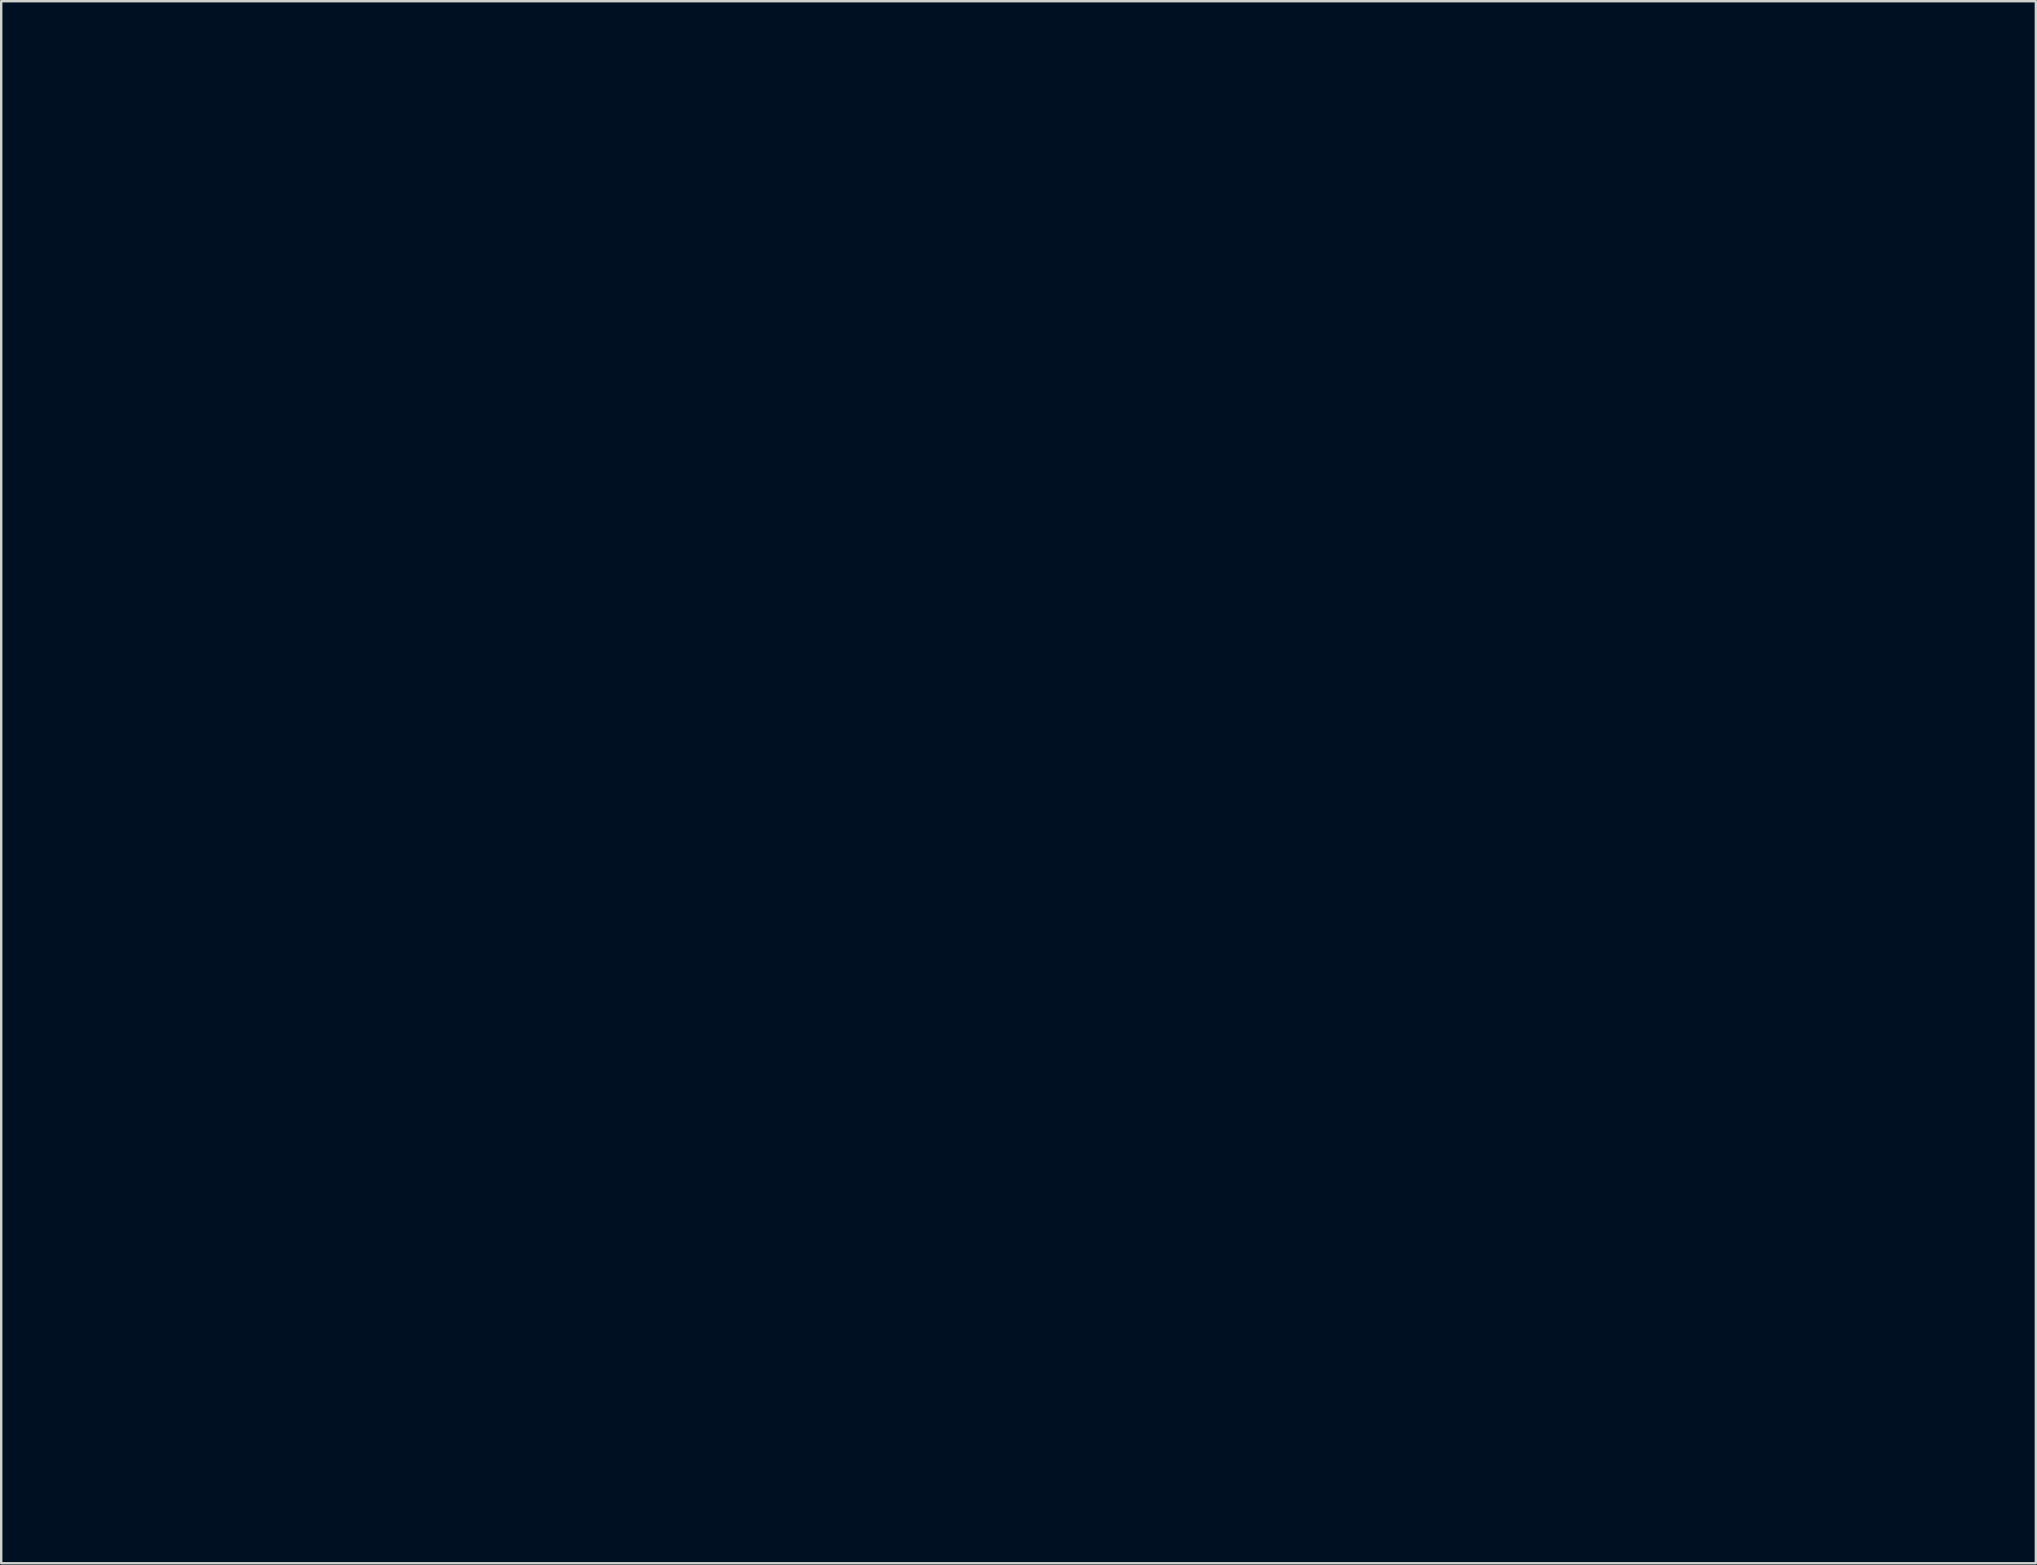
<source format=kicad_pcb>
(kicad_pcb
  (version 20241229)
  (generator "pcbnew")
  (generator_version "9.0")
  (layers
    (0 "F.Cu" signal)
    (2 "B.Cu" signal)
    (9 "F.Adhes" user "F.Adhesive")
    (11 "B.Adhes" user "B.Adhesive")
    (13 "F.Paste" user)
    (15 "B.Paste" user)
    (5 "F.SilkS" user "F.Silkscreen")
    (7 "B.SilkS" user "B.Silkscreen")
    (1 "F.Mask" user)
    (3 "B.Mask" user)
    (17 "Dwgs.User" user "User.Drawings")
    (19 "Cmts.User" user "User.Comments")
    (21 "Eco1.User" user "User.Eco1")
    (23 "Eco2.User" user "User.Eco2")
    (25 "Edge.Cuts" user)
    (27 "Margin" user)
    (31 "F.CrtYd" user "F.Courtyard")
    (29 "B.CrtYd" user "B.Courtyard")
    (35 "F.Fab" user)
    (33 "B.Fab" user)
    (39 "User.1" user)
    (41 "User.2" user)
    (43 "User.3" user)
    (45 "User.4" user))
  (footprint "red-mask"
    (layer "F.Cu")
    (at 39.395 29.547)
    (property "Reference" "red-mask" (at 0 0 0) (layer "F.Mask") (effects (font (size 1.524 1.524) (thickness 0.3))))
    (attr through_hole)
    (fp_poly (pts (xy 6.989 17.022) (xy 7.08 17.165) (xy 7.067 17.326) (xy 7.06 17.337) (xy 6.911 17.471) (xy 6.744 17.471) (xy 6.65 17.398) (xy 6.607 17.247) (xy 6.657 17.082) (xy 6.771 16.972) (xy 6.832 16.959) (xy 6.989 17.022)) (stroke (width 0.01) (type solid)) (fill yes) (layer "F.Mask"))
    (fp_poly (pts (xy 8.448 13.745) (xy 8.515 13.872) (xy 8.494 14.032) (xy 8.425 14.13) (xy 8.323 14.208) (xy 8.208 14.195) (xy 8.148 14.172) (xy 8.062 14.068) (xy 8.068 13.908) (xy 8.162 13.76) (xy 8.166 13.756) (xy 8.322 13.693) (xy 8.448 13.745)) (stroke (width 0.01) (type solid)) (fill yes) (layer "F.Mask"))
    (fp_poly (pts (xy 9.156 6.804) (xy 9.377 6.92) (xy 9.69 7.116) (xy 9.843 7.217) (xy 10.166 7.427) (xy 10.489 7.633) (xy 10.756 7.798) (xy 10.82 7.836) (xy 11.042 7.984) (xy 11.147 8.105) (xy 11.162 8.227) (xy 11.107 8.36) (xy 10.985 8.405) (xy 10.78 8.36) (xy 10.478 8.222) (xy 10.16 8.046) (xy 9.865 7.866) (xy 9.617 7.703) (xy 9.45 7.58) (xy 9.405 7.536) (xy 9.33 7.461) (xy 9.28 7.524) (xy 9.263 7.576) (xy 9.158 7.706) (xy 9.003 7.727) (xy 8.864 7.634) (xy 8.843 7.6) (xy 8.732 7.302) (xy 8.714 7.038) (xy 8.792 6.85) (xy 8.796 6.845) (xy 8.891 6.775) (xy 9.002 6.759) (xy 9.156 6.804)) (stroke (width 0.01) (type solid)) (fill yes) (layer "F.Mask"))
    (fp_poly (pts (xy 9.723 8.461) (xy 9.908 8.543) (xy 10.073 8.691) (xy 10.317 9.03) (xy 10.416 9.406) (xy 10.37 9.83) (xy 10.276 10.107) (xy 10.125 10.279) (xy 9.867 10.367) (xy 9.528 10.367) (xy 9.243 10.307) (xy 8.984 10.16) (xy 8.769 9.905) (xy 8.63 9.592) (xy 8.597 9.355) (xy 8.615 9.236) (xy 9.08 9.236) (xy 9.087 9.466) (xy 9.191 9.676) (xy 9.371 9.816) (xy 9.524 9.847) (xy 9.718 9.815) (xy 9.832 9.754) (xy 9.919 9.566) (xy 9.887 9.336) (xy 9.744 9.112) (xy 9.734 9.101) (xy 9.524 8.943) (xy 9.343 8.928) (xy 9.189 9.032) (xy 9.08 9.236) (xy 8.615 9.236) (xy 8.656 8.963) (xy 8.827 8.676) (xy 9.106 8.5) (xy 9.467 8.442) (xy 9.723 8.461)) (stroke (width 0.01) (type solid)) (fill yes) (layer "F.Mask"))
    (fp_poly (pts (xy 11.076 5.507) (xy 11.421 5.72) (xy 11.673 5.931) (xy 11.901 6.124) (xy 12.122 6.294) (xy 12.216 6.359) (xy 12.383 6.515) (xy 12.412 6.668) (xy 12.334 6.819) (xy 12.17 6.852) (xy 11.937 6.767) (xy 11.763 6.653) (xy 11.454 6.423) (xy 11.28 6.611) (xy 11.051 6.755) (xy 10.758 6.802) (xy 10.466 6.748) (xy 10.334 6.678) (xy 10.205 6.501) (xy 10.154 6.245) (xy 10.167 6.125) (xy 10.647 6.125) (xy 10.681 6.262) (xy 10.779 6.33) (xy 10.785 6.33) (xy 10.882 6.268) (xy 10.915 6.208) (xy 10.919 6.064) (xy 10.841 5.97) (xy 10.729 5.972) (xy 10.697 5.997) (xy 10.647 6.125) (xy 10.167 6.125) (xy 10.184 5.963) (xy 10.295 5.712) (xy 10.315 5.685) (xy 10.533 5.491) (xy 10.784 5.431) (xy 11.076 5.507)) (stroke (width 0.01) (type solid)) (fill yes) (layer "F.Mask"))
    (fp_poly (pts (xy 7.945 10.547) (xy 8.205 10.758) (xy 8.406 11.092) (xy 8.518 11.45) (xy 8.569 11.684) (xy 8.75 11.332) (xy 8.871 11.117) (xy 8.978 10.963) (xy 9.018 10.923) (xy 9.194 10.867) (xy 9.325 10.933) (xy 9.349 10.977) (xy 9.339 11.1) (xy 9.273 11.328) (xy 9.167 11.627) (xy 9.034 11.961) (xy 8.89 12.297) (xy 8.747 12.599) (xy 8.622 12.833) (xy 8.529 12.964) (xy 8.512 12.977) (xy 8.32 13.046) (xy 8.196 12.987) (xy 8.129 12.858) (xy 8.087 12.666) (xy 8.066 12.398) (xy 8.065 12.252) (xy 8.044 11.921) (xy 7.979 11.566) (xy 7.941 11.434) (xy 7.803 11.128) (xy 7.644 10.978) (xy 7.465 10.982) (xy 7.334 11.07) (xy 7.247 11.17) (xy 7.208 11.295) (xy 7.209 11.495) (xy 7.228 11.697) (xy 7.251 11.968) (xy 7.243 12.127) (xy 7.195 12.215) (xy 7.126 12.263) (xy 6.988 12.3) (xy 6.881 12.229) (xy 6.788 12.031) (xy 6.731 11.843) (xy 6.675 11.413) (xy 6.745 11.042) (xy 6.93 10.749) (xy 7.217 10.553) (xy 7.592 10.474) (xy 7.64 10.473) (xy 7.945 10.547)) (stroke (width 0.01) (type solid)) (fill yes) (layer "F.Mask"))
    (fp_poly (pts (xy 5.7 13.615) (xy 5.88 13.679) (xy 6.083 13.817) (xy 6.234 13.942) (xy 6.496 14.137) (xy 6.84 14.354) (xy 7.204 14.555) (xy 7.31 14.607) (xy 7.663 14.789) (xy 7.876 14.935) (xy 7.96 15.058) (xy 7.922 15.17) (xy 7.803 15.266) (xy 7.713 15.286) (xy 7.566 15.255) (xy 7.339 15.163) (xy 7.008 15.002) (xy 6.869 14.931) (xy 6.479 14.737) (xy 6.214 14.625) (xy 6.067 14.593) (xy 6.031 14.613) (xy 5.896 14.839) (xy 5.673 15.043) (xy 5.409 15.196) (xy 5.151 15.269) (xy 5.002 15.257) (xy 4.826 15.159) (xy 4.658 15.004) (xy 4.549 14.843) (xy 4.533 14.777) (xy 4.565 14.584) (xy 5.08 14.584) (xy 5.114 14.738) (xy 5.215 14.752) (xy 5.383 14.624) (xy 5.393 14.615) (xy 5.517 14.426) (xy 5.543 14.238) (xy 5.465 14.103) (xy 5.458 14.099) (xy 5.348 14.109) (xy 5.225 14.223) (xy 5.124 14.394) (xy 5.08 14.578) (xy 5.08 14.584) (xy 4.565 14.584) (xy 4.586 14.456) (xy 4.72 14.118) (xy 4.902 13.844) (xy 4.925 13.82) (xy 5.121 13.666) (xy 5.343 13.605) (xy 5.489 13.599) (xy 5.7 13.615)) (stroke (width 0.01) (type solid)) (fill yes) (layer "F.Mask"))
    (fp_poly (pts (xy 4.497 16.455) (xy 4.668 16.621) (xy 4.762 16.729) (xy 5.014 17.043) (xy 5.162 16.855) (xy 5.354 16.68) (xy 5.547 16.62) (xy 5.703 16.685) (xy 5.715 16.697) (xy 5.758 16.8) (xy 5.722 16.946) (xy 5.628 17.131) (xy 5.522 17.332) (xy 5.49 17.464) (xy 5.527 17.593) (xy 5.586 17.709) (xy 5.704 17.889) (xy 5.813 17.998) (xy 5.828 18.006) (xy 5.949 18.113) (xy 6.06 18.3) (xy 6.129 18.5) (xy 6.128 18.629) (xy 6.03 18.77) (xy 5.887 18.781) (xy 5.688 18.659) (xy 5.461 18.442) (xy 5.087 18.043) (xy 4.968 18.327) (xy 4.867 18.517) (xy 4.756 18.588) (xy 4.671 18.587) (xy 4.525 18.498) (xy 4.465 18.302) (xy 4.497 18.023) (xy 4.565 17.815) (xy 4.636 17.615) (xy 4.636 17.488) (xy 4.558 17.363) (xy 4.506 17.302) (xy 4.326 17.093) (xy 4.087 17.517) (xy 3.886 17.845) (xy 3.723 18.039) (xy 3.584 18.113) (xy 3.453 18.081) (xy 3.452 18.08) (xy 3.338 17.973) (xy 3.315 17.834) (xy 3.388 17.633) (xy 3.55 17.359) (xy 3.703 17.098) (xy 3.822 16.855) (xy 3.871 16.713) (xy 3.98 16.494) (xy 4.164 16.371) (xy 4.368 16.37) (xy 4.497 16.455)) (stroke (width 0.01) (type solid)) (fill yes) (layer "F.Mask"))
    (fp_poly (pts (xy -0.929 -10.302) (xy -0.751 -10.162) (xy -0.667 -9.909) (xy -0.671 -9.534) (xy -0.674 -9.504) (xy -0.729 -9.183) (xy -0.812 -8.871) (xy -0.87 -8.715) (xy -0.96 -8.484) (xy -1.01 -8.288) (xy -1.014 -8.245) (xy -0.966 -8.041) (xy -0.837 -7.791) (xy -0.659 -7.534) (xy -0.46 -7.31) (xy -0.272 -7.157) (xy -0.144 -7.112) (xy -0.014 -7.156) (xy 0.082 -7.301) (xy 0.152 -7.563) (xy 0.201 -7.961) (xy 0.207 -8.026) (xy 0.26 -8.465) (xy 0.334 -8.759) (xy 0.429 -8.904) (xy 0.542 -8.899) (xy 0.671 -8.742) (xy 0.728 -8.633) (xy 0.842 -8.252) (xy 0.839 -7.866) (xy 0.753 -7.597) (xy 0.654 -7.36) (xy 0.596 -7.171) (xy 0.544 -6.956) (xy 1.332 -6.956) (xy 1.785 -6.945) (xy 2.102 -6.911) (xy 2.3 -6.847) (xy 2.401 -6.749) (xy 2.423 -6.642) (xy 2.394 -6.541) (xy 2.296 -6.471) (xy 2.109 -6.429) (xy 1.816 -6.412) (xy 1.397 -6.417) (xy 1.067 -6.43) (xy 0.659 -6.446) (xy 0.375 -6.449) (xy 0.182 -6.435) (xy 0.049 -6.401) (xy -0.057 -6.345) (xy -0.085 -6.326) (xy -0.325 -6.219) (xy -0.657 -6.151) (xy -1.021 -6.129) (xy -1.354 -6.16) (xy -1.405 -6.172) (xy -1.67 -6.275) (xy -1.843 -6.44) (xy -1.928 -6.684) (xy -1.929 -7.024) (xy -1.399 -7.024) (xy -1.378 -6.82) (xy -1.321 -6.702) (xy -1.309 -6.695) (xy -1.167 -6.665) (xy -0.97 -6.651) (xy -0.778 -6.654) (xy -0.648 -6.674) (xy -0.625 -6.693) (xy -0.674 -6.773) (xy -0.801 -6.928) (xy -0.938 -7.082) (xy -1.108 -7.281) (xy -1.223 -7.445) (xy -1.256 -7.521) (xy -1.284 -7.541) (xy -1.329 -7.464) (xy -1.383 -7.258) (xy -1.399 -7.024) (xy -1.929 -7.024) (xy -1.929 -7.024) (xy -1.851 -7.479) (xy -1.798 -7.697) (xy -1.721 -8.014) (xy -1.686 -8.235) (xy -1.69 -8.414) (xy -1.731 -8.605) (xy -1.759 -8.701) (xy -1.828 -9.022) (xy -1.87 -9.383) (xy -1.873 -9.457) (xy -1.329 -9.457) (xy -1.311 -9.201) (xy -1.268 -9.083) (xy -1.21 -9.109) (xy -1.151 -9.284) (xy -1.134 -9.376) (xy -1.114 -9.664) (xy -1.173 -9.819) (xy -1.255 -9.847) (xy -1.297 -9.777) (xy -1.324 -9.597) (xy -1.329 -9.457) (xy -1.873 -9.457) (xy -1.876 -9.535) (xy -1.829 -9.911) (xy -1.687 -10.166) (xy -1.444 -10.306) (xy -1.208 -10.34) (xy -0.929 -10.302)) (stroke (width 0.01) (type solid)) (fill yes) (layer "F.Mask"))
    (fp_poly (pts (xy 6.433 -16.791) (xy 6.557 -16.552) (xy 6.706 -16.229) (xy 6.85 -15.885) (xy 6.873 -15.826) (xy 7.051 -15.403) (xy 7.211 -15.11) (xy 7.368 -14.925) (xy 7.536 -14.825) (xy 7.556 -14.818) (xy 7.652 -14.812) (xy 7.751 -14.875) (xy 7.876 -15.031) (xy 8.039 -15.28) (xy 8.206 -15.538) (xy 8.321 -15.683) (xy 8.407 -15.737) (xy 8.492 -15.722) (xy 8.518 -15.709) (xy 8.643 -15.589) (xy 8.674 -15.491) (xy 8.629 -15.324) (xy 8.514 -15.085) (xy 8.36 -14.824) (xy 8.195 -14.592) (xy 8.05 -14.437) (xy 8.034 -14.425) (xy 7.767 -14.321) (xy 7.453 -14.316) (xy 7.167 -14.407) (xy 7.095 -14.455) (xy 6.943 -14.624) (xy 6.762 -14.902) (xy 6.57 -15.251) (xy 6.39 -15.631) (xy 6.242 -16.004) (xy 6.215 -16.086) (xy 6.12 -16.324) (xy 6.018 -16.495) (xy 5.959 -16.548) (xy 5.822 -16.541) (xy 5.614 -16.47) (xy 5.501 -16.416) (xy 5.341 -16.318) (xy 5.226 -16.202) (xy 5.148 -16.043) (xy 5.103 -15.818) (xy 5.084 -15.5) (xy 5.086 -15.067) (xy 5.094 -14.732) (xy 5.103 -14.356) (xy 5.102 -14.108) (xy 5.087 -13.961) (xy 5.052 -13.886) (xy 4.994 -13.856) (xy 4.957 -13.849) (xy 4.833 -13.872) (xy 4.724 -13.999) (xy 4.649 -14.149) (xy 4.503 -14.472) (xy 4.33 -14.133) (xy 4.166 -13.868) (xy 3.97 -13.621) (xy 3.912 -13.562) (xy 3.757 -13.434) (xy 3.596 -13.358) (xy 3.373 -13.318) (xy 3.127 -13.299) (xy 2.607 -13.31) (xy 2.237 -13.388) (xy 1.94 -13.456) (xy 1.647 -13.474) (xy 1.588 -13.469) (xy 1.316 -13.463) (xy 1.011 -13.496) (xy 0.938 -13.51) (xy 0.697 -13.548) (xy 0.54 -13.535) (xy 0.516 -13.521) (xy 0.486 -13.39) (xy 0.525 -13.148) (xy 0.622 -12.821) (xy 0.768 -12.431) (xy 0.953 -12.005) (xy 1.168 -11.566) (xy 1.401 -11.14) (xy 1.595 -10.826) (xy 1.778 -10.529) (xy 1.92 -10.271) (xy 2.002 -10.085) (xy 2.016 -10.015) (xy 1.936 -9.887) (xy 1.787 -9.879) (xy 1.593 -9.988) (xy 1.477 -10.096) (xy 1.294 -10.327) (xy 1.142 -10.575) (xy 1.117 -10.629) (xy 1.019 -10.814) (xy 0.861 -11.066) (xy 0.669 -11.349) (xy 0.469 -11.626) (xy 0.287 -11.862) (xy 0.148 -12.019) (xy 0.104 -12.057) (xy -0.035 -12.164) (xy -0.098 -12.223) (xy -0.238 -12.33) (xy -0.438 -12.449) (xy -0.458 -12.46) (xy -0.639 -12.586) (xy -0.692 -12.724) (xy -0.689 -12.763) (xy -0.635 -12.888) (xy -0.492 -12.928) (xy -0.43 -12.928) (xy -0.215 -12.904) (xy -0.067 -12.864) (xy 0.000179 -12.85) (xy 0.033 -12.905) (xy 0.037 -13.058) (xy 0.02 -13.319) (xy 0.003 -13.656) (xy 0.034 -13.876) (xy 0.136 -14.002) (xy 0.334 -14.053) (xy 0.651 -14.051) (xy 0.847 -14.038) (xy 1.165 -14.016) (xy 1.354 -14.012) (xy 1.443 -14.032) (xy 1.458 -14.078) (xy 1.441 -14.125) (xy 1.375 -14.375) (xy 1.341 -14.723) (xy 1.341 -14.774) (xy 1.877 -14.774) (xy 1.914 -14.531) (xy 1.925 -14.5) (xy 1.989 -14.457) (xy 2.083 -14.531) (xy 2.19 -14.693) (xy 2.291 -14.911) (xy 2.368 -15.155) (xy 2.398 -15.32) (xy 2.42 -15.55) (xy 2.405 -15.666) (xy 2.342 -15.705) (xy 2.282 -15.709) (xy 2.117 -15.649) (xy 1.997 -15.535) (xy 1.924 -15.344) (xy 1.882 -15.068) (xy 1.877 -14.774) (xy 1.341 -14.774) (xy 1.343 -15.112) (xy 1.364 -15.352) (xy 1.431 -15.667) (xy 1.56 -15.902) (xy 1.658 -16.015) (xy 1.817 -16.16) (xy 1.964 -16.23) (xy 2.163 -16.246) (xy 2.324 -16.24) (xy 2.583 -16.215) (xy 2.738 -16.16) (xy 2.843 -16.054) (xy 2.874 -16.005) (xy 2.953 -15.744) (xy 2.945 -15.399) (xy 2.86 -15.013) (xy 2.705 -14.626) (xy 2.545 -14.356) (xy 2.396 -14.124) (xy 2.346 -13.97) (xy 2.407 -13.882) (xy 2.593 -13.845) (xy 2.918 -13.845) (xy 3.025 -13.849) (xy 3.31 -13.867) (xy 3.486 -13.901) (xy 3.601 -13.972) (xy 3.703 -14.099) (xy 3.728 -14.137) (xy 3.86 -14.363) (xy 3.954 -14.606) (xy 4.015 -14.899) (xy 4.049 -15.274) (xy 4.063 -15.762) (xy 4.064 -15.96) (xy 4.066 -16.374) (xy 4.074 -16.659) (xy 4.093 -16.841) (xy 4.126 -16.95) (xy 4.178 -17.011) (xy 4.216 -17.035) (xy 4.348 -17.069) (xy 4.459 -16.983) (xy 4.489 -16.942) (xy 4.584 -16.739) (xy 4.611 -16.583) (xy 4.611 -16.398) (xy 4.855 -16.604) (xy 5.213 -16.861) (xy 5.573 -17.013) (xy 5.874 -17.077) (xy 6.237 -17.131) (xy 6.433 -16.791)) (stroke (width 0.01) (type solid)) (fill yes) (layer "F.Mask"))
    (fp_poly (pts (xy 39.39 29.542) (xy -39.39 29.542) (xy -39.39 5.236) (xy -21.745 5.236) (xy -21.629 5.392) (xy -21.383 5.597) (xy -20.999 5.855) (xy -20.663 6.061) (xy -20.318 6.274) (xy -19.981 6.496) (xy -19.702 6.693) (xy -19.593 6.778) (xy -19.322 6.985) (xy -18.999 7.207) (xy -18.782 7.344) (xy -18.504 7.527) (xy -18.174 7.771) (xy -17.852 8.031) (xy -17.78 8.092) (xy -17.468 8.348) (xy -17.129 8.598) (xy -16.826 8.797) (xy -16.764 8.833) (xy -16.456 9.012) (xy -16.095 9.23) (xy -15.757 9.442) (xy -15.748 9.448) (xy -15.382 9.677) (xy -15.028 9.887) (xy -14.71 10.064) (xy -14.454 10.195) (xy -14.285 10.266) (xy -14.231 10.271) (xy -14.248 10.192) (xy -14.338 10.045) (xy -14.355 10.022) (xy -14.554 9.847) (xy -14.839 9.764) (xy -15.235 9.642) (xy -15.532 9.401) (xy -15.709 9.085) (xy -15.866 8.754) (xy -16.059 8.549) (xy -16.323 8.438) (xy -16.468 8.411) (xy -16.814 8.32) (xy -17.033 8.162) (xy -17.115 7.946) (xy -17.116 7.929) (xy -17.19 7.684) (xy -17.397 7.474) (xy -17.702 7.329) (xy -17.872 7.264) (xy -17.984 7.179) (xy -18.068 7.031) (xy -18.157 6.781) (xy -18.176 6.721) (xy -18.265 6.453) (xy -18.337 6.3) (xy -18.422 6.229) (xy -18.552 6.205) (xy -18.645 6.2) (xy -18.875 6.19) (xy -19.049 6.182) (xy -19.071 6.18) (xy -19.19 6.111) (xy -19.266 5.999) (xy -19.393 5.836) (xy -19.558 5.721) (xy -19.684 5.656) (xy -19.749 5.586) (xy -19.76 5.47) (xy -19.727 5.267) (xy -19.686 5.075) (xy -19.641 4.784) (xy -19.67 4.602) (xy -19.793 4.514) (xy -20.031 4.5) (xy -20.31 4.531) (xy -20.633 4.602) (xy -20.985 4.718) (xy -21.318 4.859) (xy -21.587 5.006) (xy -21.732 5.126) (xy -21.745 5.236) (xy -39.39 5.236) (xy -39.39 1.924) (xy -10.863 1.924) (xy -10.833 2.194) (xy -10.758 2.427) (xy -10.733 2.471) (xy -10.621 2.603) (xy -10.485 2.638) (xy -10.326 2.618) (xy -10.088 2.535) (xy -9.832 2.39) (xy -9.761 2.338) (xy -9.58 2.203) (xy -9.45 2.121) (xy -9.42 2.11) (xy -9.335 2.074) (xy -9.143 1.975) (xy -8.875 1.829) (xy -8.591 1.669) (xy -8.249 1.47) (xy -8.03 1.327) (xy -7.915 1.227) (xy -7.887 1.155) (xy -7.903 1.122) (xy -8.042 1.029) (xy -8.109 1.016) (xy -8.249 0.977) (xy -8.445 0.881) (xy -8.485 0.857) (xy -8.724 0.749) (xy -9.021 0.669) (xy -9.129 0.652) (xy -9.361 0.636) (xy -9.558 0.665) (xy -9.781 0.752) (xy -9.998 0.863) (xy -10.399 1.106) (xy -10.665 1.345) (xy -10.814 1.602) (xy -10.863 1.899) (xy -10.863 1.924) (xy -39.39 1.924) (xy -39.39 -5.361) (xy -27.658 -5.361) (xy -27.657 -4.936) (xy -27.647 -4.591) (xy -27.603 -3.843) (xy -27.514 -3.163) (xy -27.369 -2.492) (xy -27.158 -1.769) (xy -27.058 -1.467) (xy -26.851 -0.862) (xy -26.418 -0.907) (xy -26.146 -0.937) (xy -25.779 -0.983) (xy -25.381 -1.036) (xy -25.201 -1.061) (xy -24.862 -1.12) (xy -24.459 -1.208) (xy -24.024 -1.316) (xy -23.59 -1.435) (xy -23.189 -1.555) (xy -22.854 -1.668) (xy -22.616 -1.764) (xy -22.526 -1.817) (xy -22.469 -1.906) (xy -22.518 -2.035) (xy -22.541 -2.072) (xy -22.613 -2.266) (xy -22.612 -2.413) (xy -22.613 -2.551) (xy -22.672 -2.579) (xy -22.807 -2.638) (xy -22.991 -2.788) (xy -23.191 -2.99) (xy -23.37 -3.207) (xy -23.492 -3.398) (xy -23.524 -3.504) (xy -23.569 -3.67) (xy -23.684 -3.896) (xy -23.788 -4.054) (xy -23.974 -4.328) (xy -24.088 -4.567) (xy -24.152 -4.829) (xy -24.184 -5.174) (xy -24.189 -5.265) (xy -24.219 -5.706) (xy -24.268 -6.03) (xy -24.35 -6.273) (xy -24.476 -6.474) (xy -24.659 -6.672) (xy -24.663 -6.675) (xy -24.854 -6.843) (xy -25.007 -6.95) (xy -25.076 -6.973) (xy -25.139 -6.989) (xy -25.195 -7.102) (xy -25.252 -7.335) (xy -25.288 -7.524) (xy -25.345 -7.708) (xy -25.465 -7.895) (xy -25.674 -8.12) (xy -25.837 -8.273) (xy -26.074 -8.505) (xy -26.269 -8.72) (xy -26.388 -8.883) (xy -26.404 -8.917) (xy -26.452 -9.026) (xy -26.494 -9.028) (xy -26.557 -8.907) (xy -26.601 -8.802) (xy -26.681 -8.594) (xy -26.725 -8.443) (xy -26.729 -8.418) (xy -26.776 -8.298) (xy -26.84 -8.212) (xy -26.93 -8.062) (xy -27.049 -7.796) (xy -27.182 -7.448) (xy -27.318 -7.053) (xy -27.444 -6.645) (xy -27.545 -6.271) (xy -27.605 -5.988) (xy -27.641 -5.698) (xy -27.658 -5.361) (xy -39.39 -5.361) (xy -39.39 -13.725) (xy -21.519 -13.725) (xy -21.464 -13.626) (xy -21.306 -13.452) (xy -21.069 -13.248) (xy -20.895 -13.182) (xy -20.866 -13.186) (xy -20.764 -13.162) (xy -20.59 -13.05) (xy -20.335 -12.841) (xy -19.989 -12.528) (xy -19.838 -12.385) (xy -19.497 -12.07) (xy -19.161 -11.773) (xy -18.86 -11.521) (xy -18.628 -11.341) (xy -18.562 -11.296) (xy -18.374 -11.157) (xy -18.102 -10.934) (xy -17.774 -10.65) (xy -17.417 -10.329) (xy -17.155 -10.085) (xy -16.76 -9.714) (xy -16.342 -9.323) (xy -15.938 -8.949) (xy -15.589 -8.627) (xy -15.44 -8.49) (xy -15.092 -8.168) (xy -14.718 -7.812) (xy -14.338 -7.443) (xy -13.969 -7.077) (xy -13.631 -6.735) (xy -13.343 -6.436) (xy -13.123 -6.198) (xy -12.99 -6.04) (xy -12.965 -6.001) (xy -12.854 -5.734) (xy -12.737 -5.339) (xy -12.621 -4.847) (xy -12.542 -4.448) (xy -12.467 -4.069) (xy -12.379 -3.68) (xy -12.297 -3.358) (xy -12.289 -3.329) (xy -12.181 -3.031) (xy -12.041 -2.825) (xy -11.837 -2.689) (xy -11.54 -2.606) (xy -11.12 -2.555) (xy -11.076 -2.551) (xy -10.748 -2.511) (xy -10.323 -2.437) (xy -9.856 -2.34) (xy -9.4 -2.231) (xy -9.384 -2.227) (xy -9.003 -2.128) (xy -8.682 -2.046) (xy -8.447 -1.986) (xy -8.327 -1.956) (xy -8.318 -1.954) (xy -8.339 -2.016) (xy -8.412 -2.17) (xy -8.449 -2.244) (xy -8.537 -2.519) (xy -8.588 -2.889) (xy -8.599 -3.294) (xy -8.596 -3.334) (xy -8.116 -3.334) (xy -8.111 -3.072) (xy -8.067 -2.705) (xy -7.972 -2.466) (xy -7.799 -2.331) (xy -7.525 -2.274) (xy -7.307 -2.266) (xy -6.976 -2.284) (xy -6.736 -2.347) (xy -6.557 -2.445) (xy -6.382 -2.581) (xy -6.253 -2.734) (xy -6.161 -2.933) (xy -6.1 -3.202) (xy -6.062 -3.568) (xy -6.037 -4.058) (xy -6.032 -4.201) (xy -5.998 -5.314) (xy -6.194 -5.314) (xy -6.514 -5.256) (xy -6.86 -5.076) (xy -7.246 -4.765) (xy -7.417 -4.6) (xy -7.741 -4.25) (xy -7.954 -3.949) (xy -8.073 -3.656) (xy -8.116 -3.334) (xy -8.596 -3.334) (xy -8.57 -3.676) (xy -8.499 -3.977) (xy -8.487 -4.008) (xy -8.333 -4.274) (xy -8.092 -4.594) (xy -7.799 -4.926) (xy -7.49 -5.227) (xy -7.346 -5.349) (xy -7.058 -5.538) (xy -6.725 -5.7) (xy -6.575 -5.754) (xy -6.155 -5.878) (xy -6.204 -6.235) (xy -6.241 -6.455) (xy -6.277 -6.602) (xy -6.291 -6.629) (xy -6.361 -6.599) (xy -6.512 -6.484) (xy -6.71 -6.309) (xy -6.718 -6.302) (xy -7.05 -6.019) (xy -7.318 -5.862) (xy -7.543 -5.831) (xy -7.747 -5.921) (xy -7.953 -6.13) (xy -7.966 -6.145) (xy -8.049 -6.278) (xy -8.099 -6.444) (xy -8.122 -6.684) (xy -8.128 -7.005) (xy -8.137 -7.324) (xy -8.161 -7.55) (xy -8.197 -7.655) (xy -8.206 -7.659) (xy -8.307 -7.616) (xy -8.489 -7.506) (xy -8.669 -7.383) (xy -9.088 -7.149) (xy -9.494 -7.052) (xy -9.869 -7.095) (xy -10.072 -7.19) (xy -10.336 -7.356) (xy -10.263 -8.5) (xy -10.583 -8.355) (xy -10.999 -8.225) (xy -11.367 -8.231) (xy -11.671 -8.371) (xy -11.699 -8.394) (xy -11.802 -8.493) (xy -11.869 -8.6) (xy -11.91 -8.753) (xy -11.937 -8.989) (xy -11.958 -9.333) (xy -11.997 -10.084) (xy -12.271 -9.712) (xy -12.457 -9.485) (xy -12.616 -9.364) (xy -12.794 -9.316) (xy -12.812 -9.314) (xy -13.148 -9.347) (xy -13.403 -9.506) (xy -13.558 -9.774) (xy -13.599 -10.056) (xy -13.604 -10.165) (xy -13.638 -10.189) (xy -13.728 -10.12) (xy -13.898 -9.948) (xy -13.9 -9.947) (xy -14.229 -9.699) (xy -14.591 -9.58) (xy -14.953 -9.586) (xy -15.284 -9.716) (xy -15.555 -9.966) (xy -15.64 -10.1) (xy -15.683 -10.286) (xy -15.691 -10.601) (xy -15.664 -11.023) (xy -15.607 -11.527) (xy -15.519 -12.093) (xy -15.443 -12.505) (xy -15.365 -12.888) (xy -15.305 -13.144) (xy -15.253 -13.297) (xy -15.197 -13.374) (xy -15.128 -13.401) (xy -15.077 -13.403) (xy -14.961 -13.388) (xy -14.906 -13.314) (xy -14.892 -13.14) (xy -14.892 -13.052) (xy -14.912 -12.798) (xy -14.959 -12.462) (xy -15.025 -12.116) (xy -15.029 -12.098) (xy -15.095 -11.724) (xy -15.138 -11.324) (xy -15.158 -10.934) (xy -15.155 -10.59) (xy -15.126 -10.326) (xy -15.072 -10.179) (xy -15.068 -10.176) (xy -14.877 -10.085) (xy -14.633 -10.098) (xy -14.389 -10.206) (xy -14.283 -10.297) (xy -14.114 -10.519) (xy -13.944 -10.815) (xy -13.798 -11.131) (xy -13.702 -11.414) (xy -13.678 -11.571) (xy -13.633 -11.79) (xy -13.564 -11.923) (xy -13.451 -12.026) (xy -13.327 -11.998) (xy -13.31 -11.988) (xy -13.25 -11.933) (xy -13.208 -11.835) (xy -13.18 -11.667) (xy -13.162 -11.402) (xy -13.149 -11.014) (xy -13.147 -10.921) (xy -13.132 -10.474) (xy -13.109 -10.162) (xy -13.074 -9.965) (xy -13.026 -9.86) (xy -13.014 -9.848) (xy -12.93 -9.797) (xy -12.85 -9.805) (xy -12.755 -9.892) (xy -12.627 -10.076) (xy -12.448 -10.376) (xy -12.395 -10.467) (xy -12.213 -10.772) (xy -12.036 -11.049) (xy -11.894 -11.251) (xy -11.857 -11.297) (xy -11.731 -11.432) (xy -11.648 -11.458) (xy -11.553 -11.386) (xy -11.532 -11.365) (xy -11.474 -11.293) (xy -11.437 -11.198) (xy -11.419 -11.05) (xy -11.416 -10.821) (xy -11.428 -10.482) (xy -11.443 -10.192) (xy -11.466 -9.682) (xy -11.471 -9.308) (xy -11.454 -9.048) (xy -11.411 -8.884) (xy -11.338 -8.794) (xy -11.231 -8.757) (xy -11.153 -8.753) (xy -10.811 -8.82) (xy -10.431 -9.006) (xy -10.049 -9.293) (xy -9.876 -9.46) (xy -9.557 -9.744) (xy -9.217 -9.934) (xy -9.039 -10) (xy -8.774 -10.084) (xy -8.607 -10.116) (xy -8.49 -10.097) (xy -8.386 -10.04) (xy -8.264 -9.903) (xy -8.289 -9.762) (xy -8.453 -9.631) (xy -8.664 -9.547) (xy -8.896 -9.441) (xy -9.162 -9.264) (xy -9.333 -9.123) (xy -9.531 -8.926) (xy -9.649 -8.756) (xy -9.719 -8.55) (xy -9.769 -8.272) (xy -9.803 -7.988) (xy -9.813 -7.754) (xy -9.8 -7.627) (xy -9.687 -7.513) (xy -9.495 -7.51) (xy -9.24 -7.608) (xy -8.943 -7.799) (xy -8.622 -8.072) (xy -8.294 -8.418) (xy -8.294 -8.418) (xy -8.109 -8.622) (xy -7.984 -8.72) (xy -7.89 -8.731) (xy -7.838 -8.707) (xy -7.746 -8.626) (xy -7.68 -8.502) (xy -7.635 -8.309) (xy -7.608 -8.024) (xy -7.593 -7.623) (xy -7.589 -7.288) (xy -7.582 -6.856) (xy -7.564 -6.565) (xy -7.524 -6.399) (xy -7.455 -6.345) (xy -7.346 -6.385) (xy -7.189 -6.506) (xy -7.139 -6.549) (xy -6.968 -6.743) (xy -6.827 -7.021) (xy -6.721 -7.327) (xy -6.601 -7.664) (xy -6.481 -7.853) (xy -6.352 -7.905) (xy -6.202 -7.828) (xy -6.15 -7.78) (xy -6.079 -7.653) (xy -5.986 -7.409) (xy -5.882 -7.085) (xy -5.779 -6.717) (xy -5.689 -6.341) (xy -5.658 -6.195) (xy -5.598 -5.998) (xy -5.522 -5.872) (xy -5.52 -5.871) (xy -5.403 -5.832) (xy -5.176 -5.797) (xy -4.885 -5.773) (xy -4.846 -5.771) (xy -4.259 -5.744) (xy -4.091 -6.079) (xy -3.973 -6.375) (xy -3.884 -6.706) (xy -3.869 -6.798) (xy -3.792 -7.118) (xy -3.669 -7.295) (xy -3.505 -7.326) (xy -3.468 -7.314) (xy -3.391 -7.208) (xy -3.365 -6.991) (xy -3.385 -6.7) (xy -3.447 -6.372) (xy -3.545 -6.042) (xy -3.649 -5.801) (xy -3.85 -5.471) (xy -4.066 -5.278) (xy -4.33 -5.205) (xy -4.675 -5.234) (xy -4.686 -5.236) (xy -4.951 -5.297) (xy -5.174 -5.367) (xy -5.248 -5.399) (xy -5.358 -5.44) (xy -5.437 -5.416) (xy -5.492 -5.309) (xy -5.526 -5.101) (xy -5.545 -4.774) (xy -5.553 -4.31) (xy -5.554 -4.259) (xy -5.56 -3.726) (xy -5.576 -3.32) (xy -5.606 -3.017) (xy -5.656 -2.787) (xy -5.732 -2.604) (xy -5.839 -2.44) (xy -5.96 -2.295) (xy -6.301 -1.992) (xy -6.703 -1.806) (xy -7.194 -1.726) (xy -7.375 -1.721) (xy -7.912 -1.719) (xy -7.64 -1.419) (xy -7.443 -1.152) (xy -7.272 -0.841) (xy -7.229 -0.735) (xy -7.053 -0.273) (xy -6.899 0.076) (xy -6.75 0.349) (xy -6.585 0.585) (xy -6.529 0.655) (xy -6.321 0.97) (xy -6.252 1.239) (xy -6.252 1.485) (xy -6.858 1.486) (xy -7.244 1.501) (xy -7.544 1.553) (xy -7.823 1.654) (xy -7.864 1.673) (xy -8.142 1.814) (xy -8.291 1.929) (xy -8.333 2.043) (xy -8.287 2.183) (xy -8.28 2.197) (xy -8.23 2.342) (xy -8.287 2.425) (xy -8.288 2.425) (xy -8.311 2.499) (xy -8.234 2.646) (xy -8.05 2.882) (xy -8.049 2.884) (xy -7.876 3.085) (xy -7.748 3.228) (xy -7.692 3.282) (xy -7.612 3.306) (xy -7.548 3.33) (xy -7.444 3.323) (xy -7.425 3.252) (xy -7.377 3.143) (xy -7.332 3.126) (xy -7.236 3.182) (xy -7.063 3.335) (xy -6.834 3.56) (xy -6.572 3.834) (xy -6.299 4.134) (xy -6.038 4.436) (xy -5.809 4.715) (xy -5.687 4.877) (xy -5.484 5.151) (xy -5.283 5.412) (xy -5.139 5.591) (xy -5.005 5.765) (xy -4.93 5.895) (xy -4.924 5.921) (xy -4.87 6.031) (xy -4.806 6.096) (xy -4.707 6.232) (xy -4.689 6.306) (xy -4.644 6.437) (xy -4.533 6.621) (xy -4.495 6.673) (xy -4.321 6.946) (xy -4.11 7.354) (xy -3.868 7.882) (xy -3.603 8.515) (xy -3.32 9.237) (xy -3.282 9.34) (xy -3.105 9.823) (xy -2.924 10.337) (xy -2.746 10.858) (xy -2.581 11.361) (xy -2.435 11.822) (xy -2.316 12.216) (xy -2.232 12.52) (xy -2.191 12.71) (xy -2.188 12.743) (xy -2.161 12.896) (xy -2.085 13.172) (xy -1.968 13.547) (xy -1.818 13.998) (xy -1.644 14.505) (xy -1.454 15.043) (xy -1.255 15.591) (xy -1.056 16.126) (xy -0.865 16.626) (xy -0.69 17.069) (xy -0.54 17.432) (xy -0.421 17.692) (xy -0.344 17.828) (xy -0.34 17.831) (xy -0.155 17.987) (xy 0.145 18.182) (xy 0.529 18.398) (xy 0.967 18.618) (xy 1.172 18.713) (xy 1.519 18.869) (xy 1.915 19.049) (xy 2.227 19.192) (xy 2.52 19.322) (xy 2.781 19.431) (xy 2.959 19.498) (xy 2.97 19.502) (xy 3.162 19.582) (xy 3.396 19.708) (xy 3.451 19.742) (xy 3.719 19.866) (xy 4.106 19.974) (xy 4.627 20.067) (xy 4.963 20.112) (xy 5.161 20.136) (xy 5.288 20.152) (xy 5.393 20.113) (xy 5.575 19.999) (xy 5.757 19.864) (xy 6.247 19.417) (xy 6.669 18.898) (xy 6.936 18.483) (xy 7.131 18.157) (xy 7.343 17.807) (xy 7.477 17.586) (xy 7.632 17.31) (xy 7.758 17.041) (xy 7.816 16.883) (xy 7.912 16.63) (xy 8.05 16.368) (xy 8.072 16.334) (xy 8.199 16.117) (xy 8.35 15.823) (xy 8.476 15.553) (xy 8.632 15.199) (xy 8.806 14.816) (xy 8.921 14.568) (xy 9.034 14.321) (xy 9.114 14.132) (xy 9.144 14.044) (xy 9.175 13.957) (xy 9.259 13.761) (xy 9.381 13.488) (xy 9.481 13.27) (xy 9.651 12.891) (xy 9.82 12.497) (xy 9.96 12.153) (xy 10.004 12.036) (xy 10.121 11.736) (xy 10.242 11.462) (xy 10.329 11.293) (xy 10.464 11.057) (xy 10.604 10.802) (xy 10.613 10.785) (xy 10.823 10.391) (xy 11.048 9.972) (xy 11.275 9.554) (xy 11.49 9.16) (xy 11.681 8.814) (xy 11.834 8.541) (xy 11.936 8.365) (xy 11.969 8.312) (xy 12.034 8.207) (xy 12.153 7.989) (xy 12.316 7.682) (xy 12.512 7.305) (xy 12.729 6.881) (xy 12.958 6.43) (xy 13.187 5.975) (xy 13.406 5.536) (xy 13.604 5.135) (xy 13.769 4.794) (xy 13.892 4.534) (xy 13.962 4.376) (xy 13.973 4.337) (xy 13.892 4.326) (xy 13.677 4.304) (xy 13.348 4.273) (xy 12.927 4.235) (xy 12.434 4.192) (xy 11.997 4.155) (xy 10.321 3.971) (xy 8.762 3.708) (xy 7.295 3.362) (xy 6.254 3.048) (xy 5.618 2.84) (xy 5.108 2.675) (xy 4.701 2.547) (xy 4.375 2.45) (xy 4.106 2.375) (xy 3.874 2.317) (xy 3.83 2.307) (xy 3.578 2.243) (xy 3.228 2.145) (xy 2.829 2.027) (xy 2.501 1.925) (xy 2.113 1.812) (xy 1.745 1.72) (xy 1.441 1.66) (xy 1.263 1.641) (xy 0.903 1.598) (xy 0.641 1.482) (xy 0.586 1.423) (xy 2.083 1.423) (xy 2.087 1.427) (xy 2.187 1.465) (xy 2.396 1.533) (xy 2.672 1.619) (xy 2.735 1.639) (xy 3.038 1.733) (xy 3.297 1.818) (xy 3.464 1.878) (xy 3.478 1.884) (xy 3.694 1.931) (xy 4.007 1.943) (xy 4.364 1.924) (xy 4.71 1.879) (xy 4.991 1.812) (xy 5.119 1.755) (xy 5.431 1.498) (xy 5.589 1.222) (xy 5.595 0.924) (xy 5.551 0.786) (xy 5.44 0.606) (xy 5.265 0.483) (xy 5.002 0.406) (xy 4.626 0.368) (xy 4.298 0.36) (xy 3.969 0.373) (xy 3.71 0.43) (xy 3.437 0.554) (xy 3.361 0.596) (xy 2.932 0.84) (xy 2.573 1.056) (xy 2.301 1.232) (xy 2.133 1.358) (xy 2.083 1.423) (xy 0.586 1.423) (xy 0.486 1.318) (xy 0.445 1.13) (xy 0.526 0.941) (xy 0.739 0.775) (xy 0.928 0.697) (xy 1.119 0.63) (xy 1.249 0.554) (xy 1.348 0.433) (xy 1.447 0.233) (xy 1.554 -0.029) (xy 1.805 -0.567) (xy 2.079 -0.975) (xy 2.398 -1.28) (xy 2.714 -1.474) (xy 3.14 -1.679) (xy 3.533 -1.85) (xy 3.869 -1.977) (xy 4.119 -2.051) (xy 4.259 -2.06) (xy 4.261 -2.06) (xy 4.429 -2.045) (xy 4.698 -2.075) (xy 5.021 -2.138) (xy 5.352 -2.224) (xy 5.644 -2.325) (xy 5.783 -2.388) (xy 6.014 -2.507) (xy 6.204 -2.598) (xy 6.265 -2.624) (xy 6.385 -2.726) (xy 6.492 -2.905) (xy 6.495 -2.911) (xy 6.552 -3.109) (xy 6.517 -3.274) (xy 6.472 -3.361) (xy 6.403 -3.543) (xy 6.408 -3.681) (xy 6.427 -3.807) (xy 6.426 -4.042) (xy 6.406 -4.341) (xy 6.398 -4.416) (xy 6.383 -4.995) (xy 6.447 -5.593) (xy 6.581 -6.147) (xy 6.717 -6.487) (xy 6.802 -6.654) (xy 16.59 -6.654) (xy 16.703 -6.313) (xy 16.764 -6.191) (xy 16.921 -5.77) (xy 16.95 -5.356) (xy 16.849 -4.988) (xy 16.842 -4.973) (xy 16.741 -4.73) (xy 16.75 -4.569) (xy 16.865 -4.464) (xy 17.008 -4.339) (xy 17.107 -4.197) (xy 17.191 -4.074) (xy 17.295 -4.044) (xy 17.48 -4.088) (xy 17.679 -4.176) (xy 17.808 -4.281) (xy 17.816 -4.294) (xy 17.86 -4.423) (xy 17.922 -4.663) (xy 17.99 -4.967) (xy 18.013 -5.08) (xy 18.086 -5.43) (xy 18.16 -5.762) (xy 18.221 -6.016) (xy 18.233 -6.057) (xy 18.258 -6.228) (xy 18.28 -6.526) (xy 18.298 -6.922) (xy 18.311 -7.387) (xy 18.32 -7.893) (xy 18.324 -8.411) (xy 18.323 -8.914) (xy 18.317 -9.371) (xy 18.305 -9.755) (xy 18.288 -10.037) (xy 18.267 -10.18) (xy 18.197 -10.337) (xy 18.096 -10.378) (xy 17.943 -10.301) (xy 17.721 -10.102) (xy 17.679 -10.059) (xy 17.466 -9.825) (xy 17.371 -9.663) (xy 17.388 -9.549) (xy 17.511 -9.458) (xy 17.538 -9.446) (xy 17.695 -9.312) (xy 17.762 -9.172) (xy 17.73 -8.989) (xy 17.558 -8.815) (xy 17.237 -8.643) (xy 17.138 -8.602) (xy 16.907 -8.466) (xy 16.83 -8.303) (xy 16.907 -8.111) (xy 17.074 -7.94) (xy 17.25 -7.776) (xy 17.321 -7.647) (xy 17.314 -7.504) (xy 17.309 -7.482) (xy 17.195 -7.288) (xy 17.048 -7.218) (xy 16.762 -7.101) (xy 16.609 -6.915) (xy 16.59 -6.654) (xy 6.802 -6.654) (xy 6.977 -7) (xy 7.194 -7.396) (xy 7.386 -7.703) (xy 7.569 -7.948) (xy 7.656 -8.05) (xy 7.824 -8.25) (xy 7.939 -8.411) (xy 7.972 -8.485) (xy 8.02 -8.606) (xy 8.139 -8.784) (xy 8.293 -8.976) (xy 8.444 -9.136) (xy 8.558 -9.219) (xy 8.575 -9.222) (xy 8.66 -9.286) (xy 8.676 -9.359) (xy 8.726 -9.475) (xy 8.858 -9.661) (xy 9.047 -9.888) (xy 9.266 -10.128) (xy 9.488 -10.355) (xy 9.689 -10.539) (xy 9.841 -10.654) (xy 9.914 -10.675) (xy 9.987 -10.687) (xy 10.004 -10.781) (xy 10.033 -10.91) (xy 10.076 -10.942) (xy 10.141 -11.009) (xy 10.198 -11.169) (xy 10.264 -11.321) (xy 10.406 -11.561) (xy 10.602 -11.855) (xy 10.81 -12.141) (xy 11.085 -12.505) (xy 11.412 -12.938) (xy 11.75 -13.384) (xy 12.042 -13.769) (xy 12.318 -14.138) (xy 12.59 -14.509) (xy 12.829 -14.843) (xy 13.006 -15.098) (xy 13.022 -15.123) (xy 13.235 -15.44) (xy 13.467 -15.779) (xy 13.625 -16.005) (xy 13.917 -16.419) (xy 13.762 -16.638) (xy 13.551 -16.873) (xy 13.225 -17.162) (xy 12.808 -17.491) (xy 12.322 -17.842) (xy 11.792 -18.201) (xy 11.242 -18.552) (xy 10.695 -18.879) (xy 10.176 -19.166) (xy 9.709 -19.398) (xy 9.318 -19.56) (xy 9.278 -19.573) (xy 8.466 -19.81) (xy 7.609 -20.005) (xy 6.742 -20.151) (xy 5.903 -20.245) (xy 5.126 -20.281) (xy 4.449 -20.254) (xy 4.363 -20.245) (xy 3.756 -20.171) (xy 3.275 -20.104) (xy 2.892 -20.037) (xy 2.576 -19.964) (xy 2.298 -19.876) (xy 2.03 -19.767) (xy 1.741 -19.63) (xy 1.693 -19.606) (xy 1.427 -19.463) (xy 1.077 -19.263) (xy 0.688 -19.032) (xy 0.305 -18.798) (xy -0.026 -18.588) (xy -0.238 -18.446) (xy -0.56 -18.176) (xy -0.926 -17.804) (xy -1.306 -17.364) (xy -1.669 -16.891) (xy -1.987 -16.42) (xy -1.991 -16.412) (xy -2.187 -16.099) (xy -2.362 -15.826) (xy -2.495 -15.627) (xy -2.556 -15.543) (xy -2.629 -15.41) (xy -2.738 -15.152) (xy -2.874 -14.793) (xy -3.029 -14.359) (xy -3.195 -13.874) (xy -3.364 -13.364) (xy -3.528 -12.853) (xy -3.679 -12.366) (xy -3.808 -11.929) (xy -3.908 -11.565) (xy -3.969 -11.3) (xy -3.986 -11.175) (xy -4.004 -11.039) (xy -4.053 -10.8) (xy -4.123 -10.507) (xy -4.133 -10.466) (xy -4.229 -10.077) (xy -4.334 -9.637) (xy -4.414 -9.281) (xy -4.548 -8.676) (xy -4.895 -9.096) (xy -5.125 -9.35) (xy -5.373 -9.584) (xy -5.551 -9.722) (xy -5.734 -9.857) (xy -5.845 -9.966) (xy -5.862 -9.999) (xy -5.917 -10.095) (xy -6.063 -10.257) (xy -6.266 -10.455) (xy -6.493 -10.657) (xy -6.71 -10.833) (xy -6.886 -10.953) (xy -6.894 -10.958) (xy -7.115 -11.094) (xy -7.302 -11.232) (xy -7.71 -11.572) (xy -8.044 -11.831) (xy -8.343 -12.036) (xy -8.646 -12.215) (xy -8.911 -12.354) (xy -9.291 -12.557) (xy -9.699 -12.794) (xy -10.058 -13.019) (xy -10.121 -13.061) (xy -10.715 -13.409) (xy -11.299 -13.644) (xy -11.668 -13.731) (xy -11.844 -13.77) (xy -12.118 -13.844) (xy -12.438 -13.938) (xy -12.528 -13.966) (xy -13.186 -14.162) (xy -13.772 -14.317) (xy -14.327 -14.434) (xy -14.888 -14.523) (xy -15.497 -14.587) (xy -16.191 -14.634) (xy -16.829 -14.664) (xy -17.402 -14.678) (xy -17.875 -14.668) (xy -18.302 -14.63) (xy -18.665 -14.576) (xy -19.296 -14.461) (xy -19.796 -14.359) (xy -20.19 -14.264) (xy -20.503 -14.168) (xy -20.758 -14.065) (xy -20.925 -13.981) (xy -21.168 -13.858) (xy -21.372 -13.777) (xy -21.468 -13.755) (xy -21.519 -13.725) (xy -39.39 -13.725) (xy -39.39 -29.542) (xy 39.39 -29.542) (xy 39.39 29.542)) (stroke (width 0.01) (type solid)) (fill yes) (layer "F.Mask")))
  (gr_rect
    (start -3 -3)
    (end 81.789 62.094)
    (stroke (width 0.1) (type default))
    (fill no)
    (layer "Edge.Cuts")))
</source>
